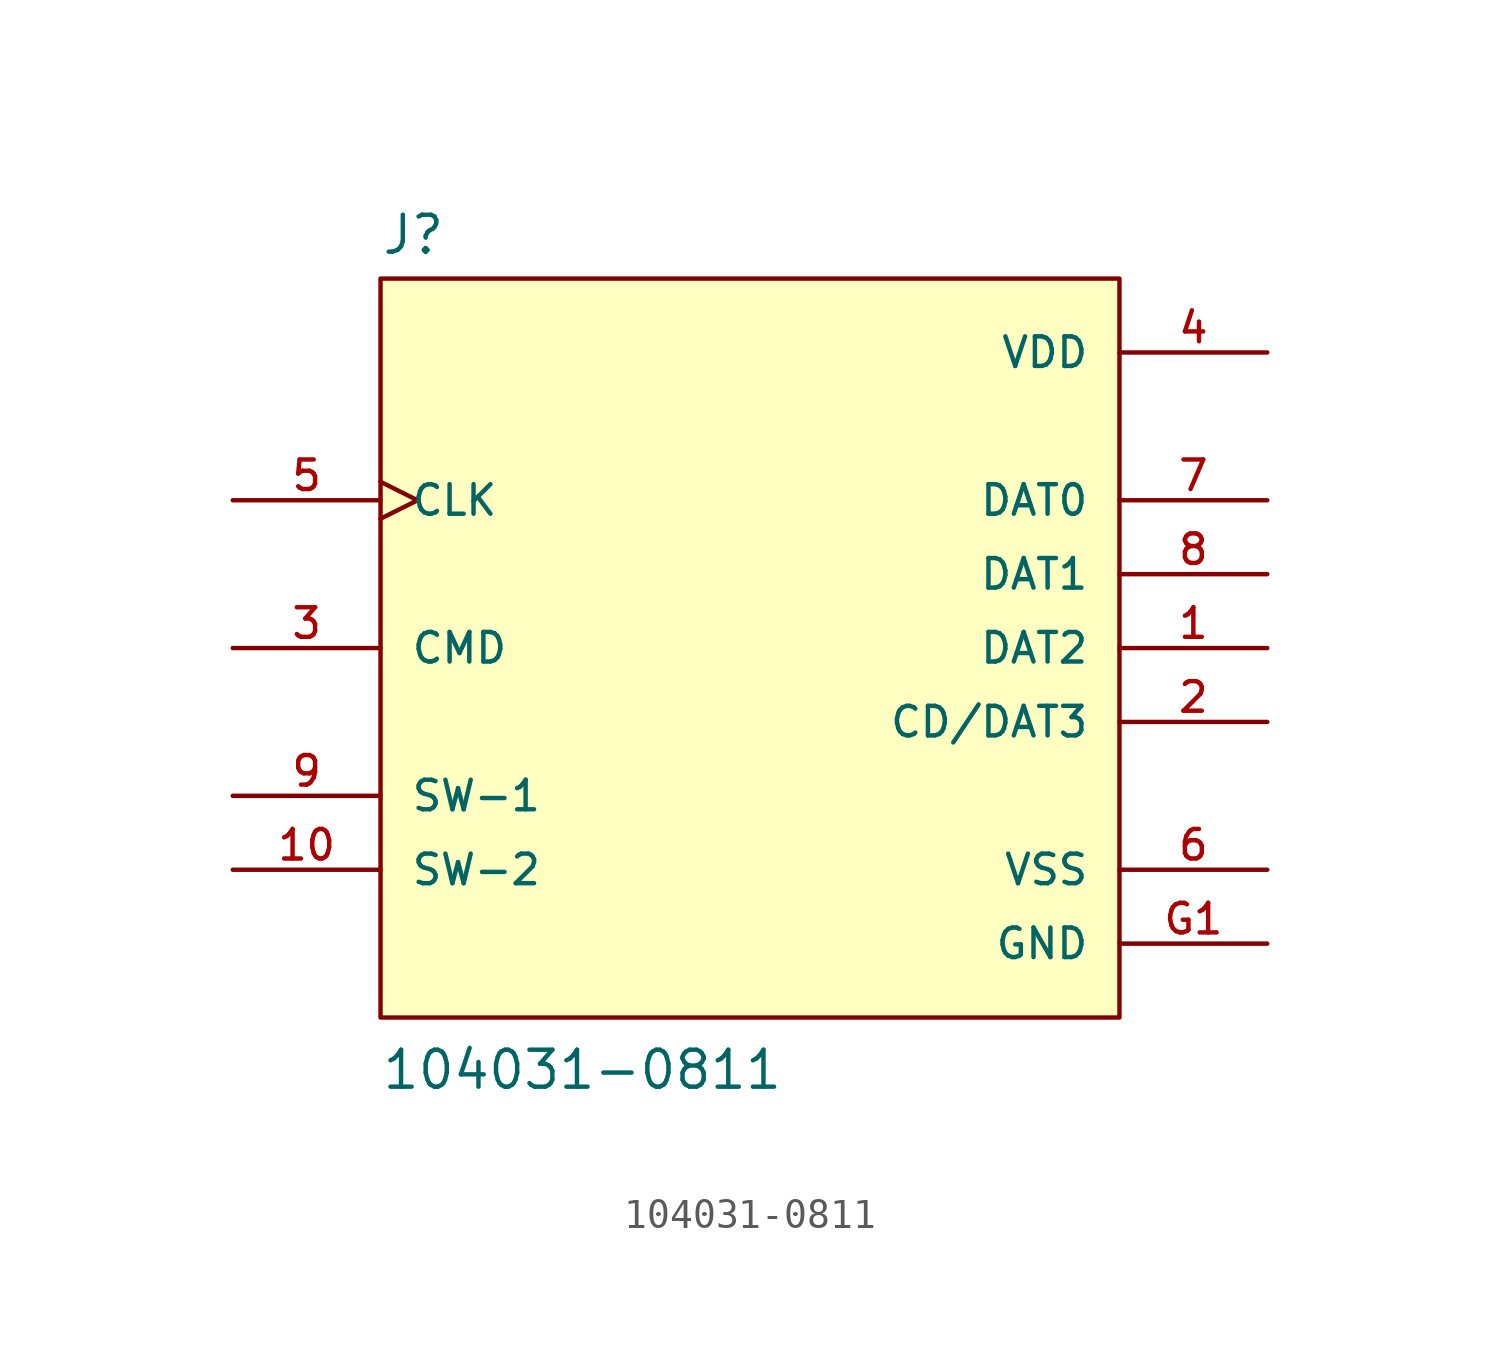
<source format=kicad_sym>
(kicad_symbol_lib
  (version 20211014)
  (generator kicad_symbol_editor)
  (symbol "104031-0811"
    (pin_names
      (offset 1.016))
    (property "Reference" "J"
      (at -12.7 13.462 0)
      (effects (font (size 1.27 1.27)) (justify bottom left)))
    (property "Value" "104031-0811"
      (at -12.7 -15.24 0)
      (effects (font (size 1.27 1.27)) (justify bottom left)))
    (symbol "104031-0811_0_0"
      (rectangle (start -12.7 -12.7) (end 12.7 12.7) (stroke (width 0.152)) (fill (type background)))
      (pin bidirectional line (at 17.78 0.0 180.0) (length 5.08) (name "DAT2" (effects (font (size 1.016 1.016)))) (number "1" (effects (font (size 1.016 1.016)))))
      (pin bidirectional line (at 17.78 -2.54 180.0) (length 5.08) (name "CD/DAT3" (effects (font (size 1.016 1.016)))) (number "2" (effects (font (size 1.016 1.016)))))
      (pin bidirectional line (at -17.78 0.0 0) (length 5.08) (name "CMD" (effects (font (size 1.016 1.016)))) (number "3" (effects (font (size 1.016 1.016)))))
      (pin power_in line (at 17.78 10.16 180.0) (length 5.08) (name "VDD" (effects (font (size 1.016 1.016)))) (number "4" (effects (font (size 1.016 1.016)))))
      (pin input clock (at -17.78 5.08 0) (length 5.08) (name "CLK" (effects (font (size 1.016 1.016)))) (number "5" (effects (font (size 1.016 1.016)))))
      (pin power_in line (at 17.78 -7.62 180.0) (length 5.08) (name "VSS" (effects (font (size 1.016 1.016)))) (number "6" (effects (font (size 1.016 1.016)))))
      (pin bidirectional line (at 17.78 5.08 180.0) (length 5.08) (name "DAT0" (effects (font (size 1.016 1.016)))) (number "7" (effects (font (size 1.016 1.016)))))
      (pin bidirectional line (at 17.78 2.54 180.0) (length 5.08) (name "DAT1" (effects (font (size 1.016 1.016)))) (number "8" (effects (font (size 1.016 1.016)))))
      (pin power_in line (at 17.78 -10.16 180.0) (length 5.08) (name "GND" (effects (font (size 1.016 1.016)))) (number "G1" (effects (font (size 1.016 1.016)))))
      (pin power_in line (at 17.78 -10.16 180.0) (length 5.08) hide (name "GND" (effects (font (size 1.016 1.016)))) (number "G2" (effects (font (size 1.016 1.016)))))
      (pin power_in line (at 17.78 -10.16 180.0) (length 5.08) hide (name "GND" (effects (font (size 1.016 1.016)))) (number "G3" (effects (font (size 1.016 1.016)))))
      (pin power_in line (at 17.78 -10.16 180.0) (length 5.08) hide (name "GND" (effects (font (size 1.016 1.016)))) (number "G4" (effects (font (size 1.016 1.016)))))
      (pin passive line (at -17.78 -5.08 0) (length 5.08) (name "SW-1" (effects (font (size 1.016 1.016)))) (number "9" (effects (font (size 1.016 1.016)))))
      (pin passive line (at -17.78 -7.62 0) (length 5.08) (name "SW-2" (effects (font (size 1.016 1.016)))) (number "10" (effects (font (size 1.016 1.016))))))))
</source>
